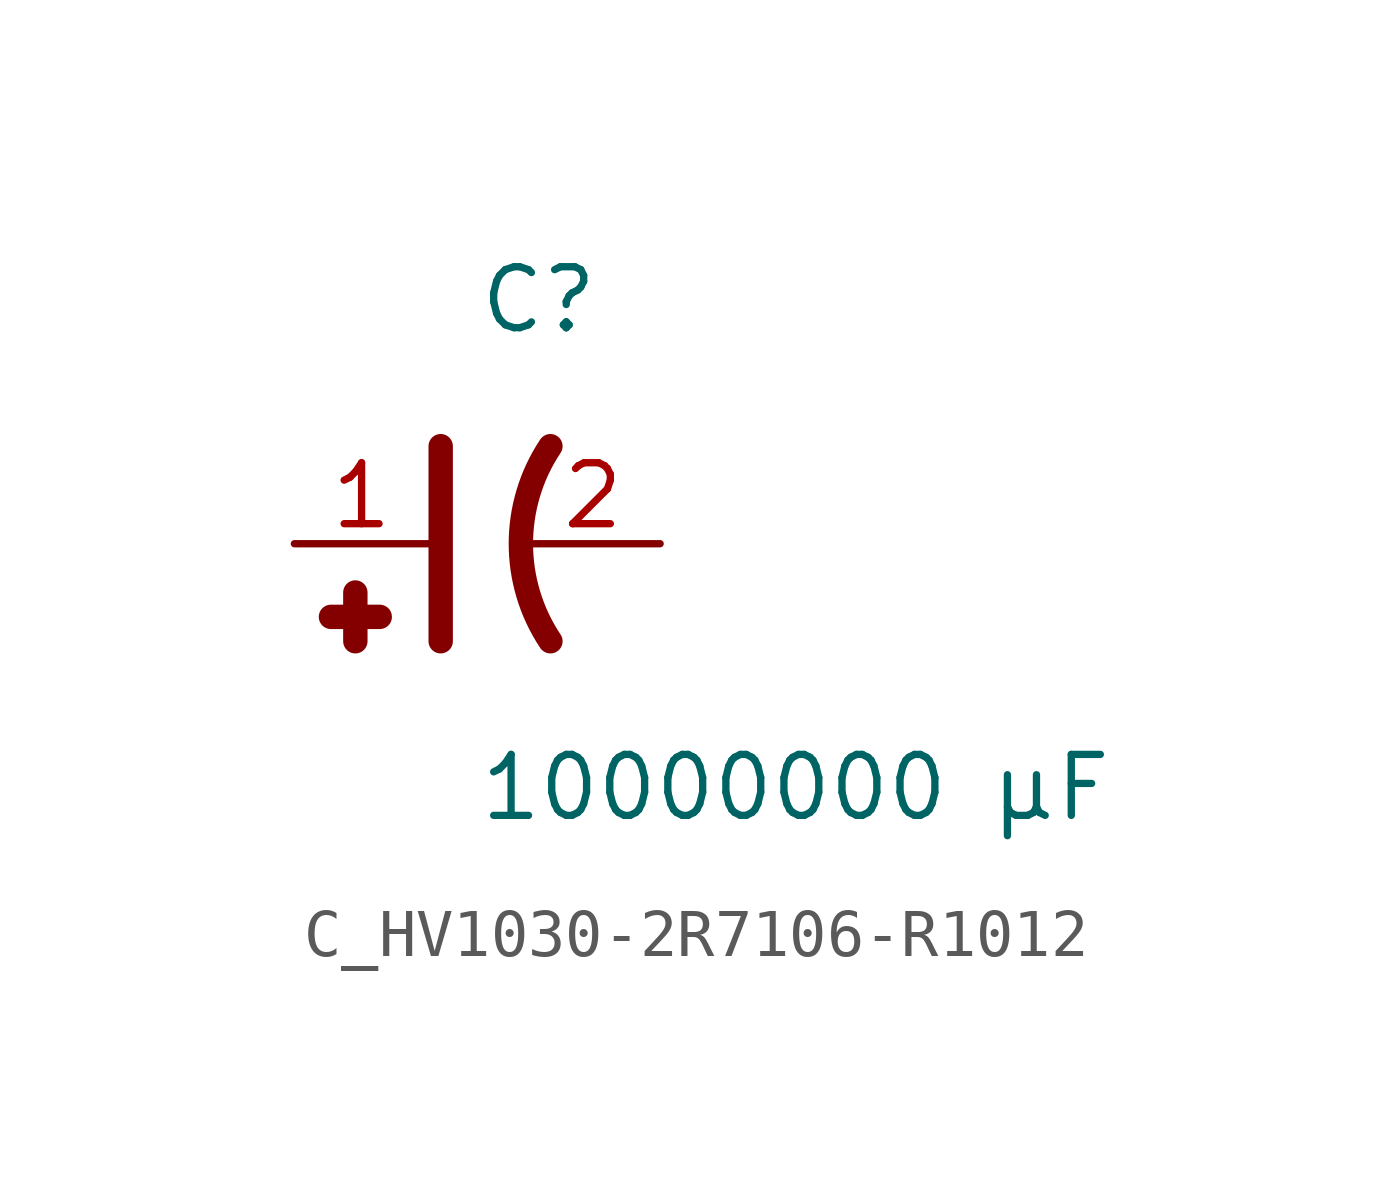
<source format=kicad_sym>
(kicad_symbol_lib
  (version 20231120)
  (generator kicad_symbol_editor)
  (generator_version 8.0)
  (symbol "C_HV1030-2R7106-R1012"
    (pin_names
      (offset 0.254))
    (property "Reference" "C"
      (at 0 5.08 0)
      (effects (font (size 1.27 1.27)) (justify left)))
    (property "Value" "10000000 µF"
      (at 0 -5.08 0)
      (effects (font (size 1.27 1.27)) (justify left)))
    (symbol "C_HV1030-2R7106-R1012_0_1"
      (polyline (pts (xy -0.762 -2.032) (xy -0.762 2.032)) (stroke (width 0.508) (type default)) (fill (type none)))
      (polyline (pts (xy -2.54 -1.016) (xy -2.54 -2.032)) (stroke (width 0.508) (type default)) (fill (type none)))
      (polyline (pts (xy -2.032 -1.524) (xy -3.048 -1.524)) (stroke (width 0.508) (type default)) (fill (type none)))
      (arc (start 1.524 2.032) (mid 0.9088 0) (end 1.524 -2.032) (stroke (width 0.508) (type default)) (fill (type none))))
    (pin passive line
      (at -3.81 0 0)
      (length 2.8)
      (name "" (effects (font (size 1.27 1.27))))
      (number "1" (effects (font (size 1.27 1.27)))))
    (pin passive line
      (at 3.81 0 180)
      (length 2.8)
      (name "" (effects (font (size 1.27 1.27))))
      (number "2" (effects (font (size 1.27 1.27)))))))
</source>
